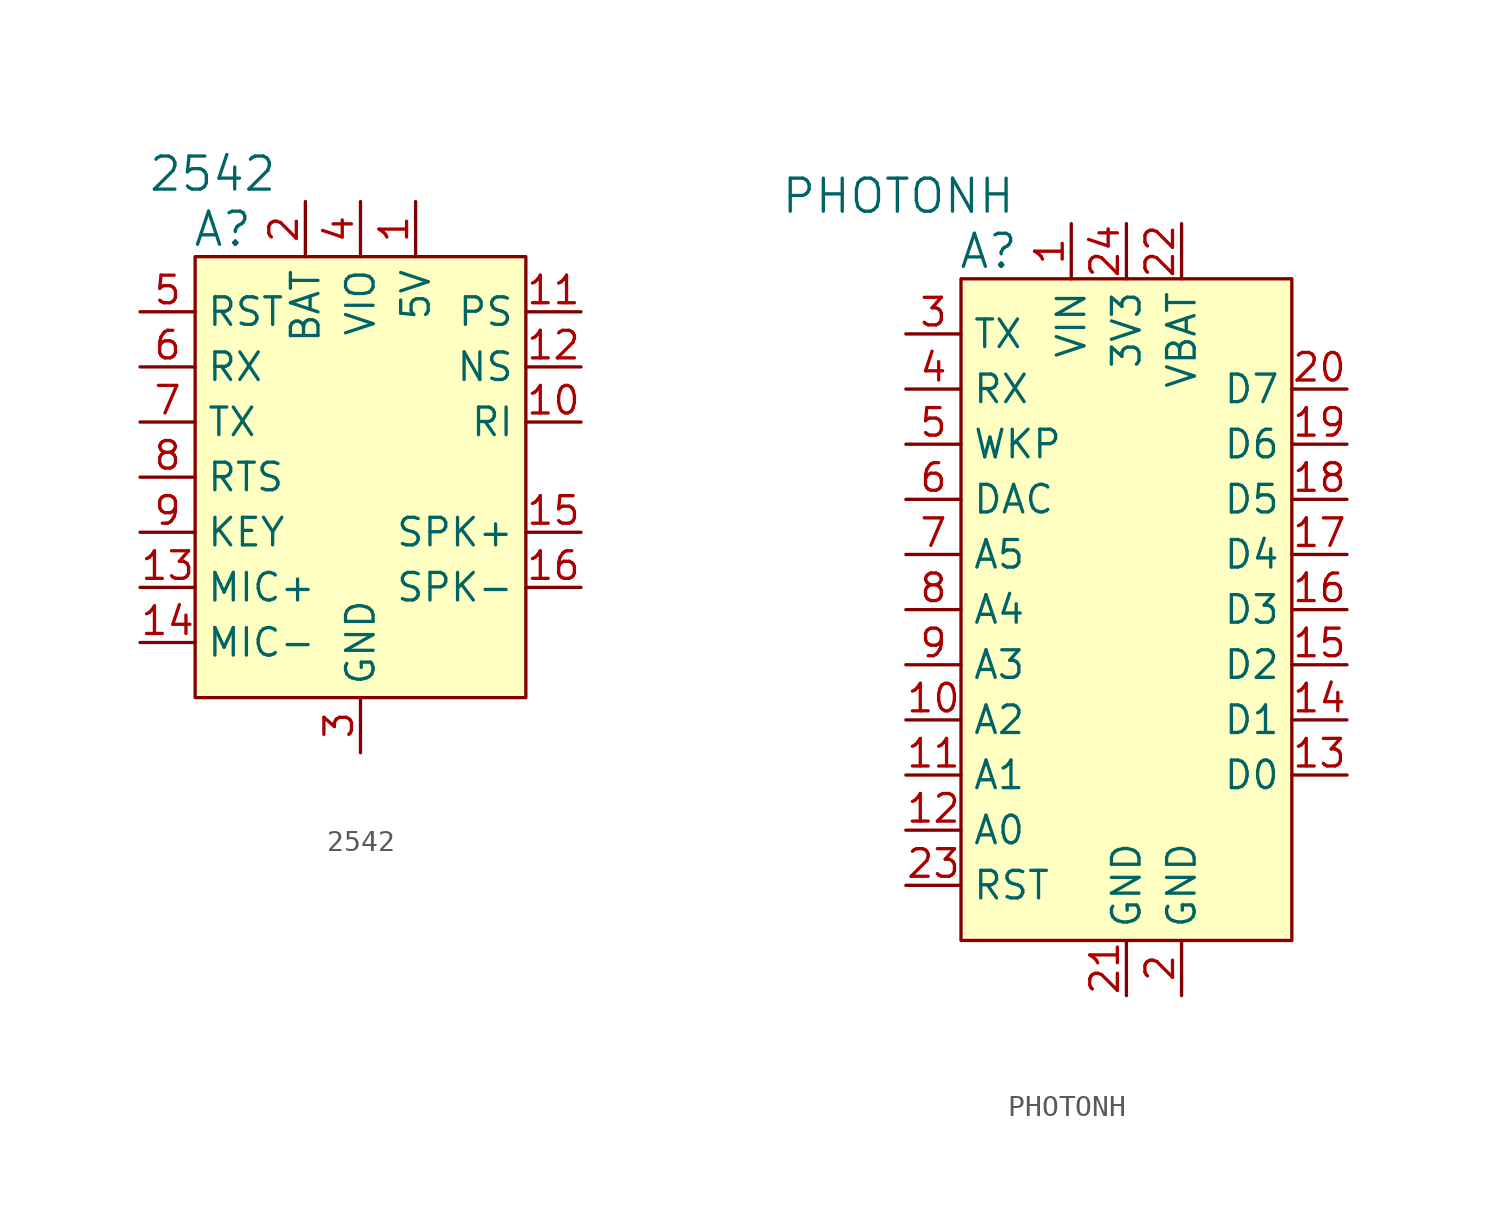
<source format=kicad_sym>
(kicad_symbol_lib
  (version 20201005)
  (generator kicad_symbol_editor)
  (symbol "2542"
    (property "Reference" "A"
      (at -6.35 11.43 0)
      (effects (font (size 1.524 1.524))))
    (property "Value" "2542"
      (at -3.81 13.97 0)
      (effects (font (size 1.524 1.524)) (justify right)))
    (symbol "2542_0_1"
      (rectangle (start -7.62 10.16) (end 7.62 -10.16) (stroke (width 0)) (fill (type background))))
    (symbol "2542_1_1"
      (pin power_in line (at 2.54 12.7 270) (length 2.54) (name "5V" (effects (font (size 1.27 1.27)))) (number "1" (effects (font (size 1.27 1.27)))))
      (pin passive line (at -2.54 12.7 270) (length 2.54) (name "BAT" (effects (font (size 1.27 1.27)))) (number "2" (effects (font (size 1.27 1.27)))))
      (pin power_in line (at 0 -12.7 90) (length 2.54) (name "GND" (effects (font (size 1.27 1.27)))) (number "3" (effects (font (size 1.27 1.27)))))
      (pin power_in line (at 0 12.7 270) (length 2.54) (name "VIO" (effects (font (size 1.27 1.27)))) (number "4" (effects (font (size 1.27 1.27)))))
      (pin input line (at -10.16 7.62 0) (length 2.54) (name "RST" (effects (font (size 1.27 1.27)))) (number "5" (effects (font (size 1.27 1.27)))))
      (pin input line (at -10.16 5.08 0) (length 2.54) (name "RX" (effects (font (size 1.27 1.27)))) (number "6" (effects (font (size 1.27 1.27)))))
      (pin output line (at -10.16 2.54 0) (length 2.54) (name "TX" (effects (font (size 1.27 1.27)))) (number "7" (effects (font (size 1.27 1.27)))))
      (pin input line (at -10.16 0 0) (length 2.54) (name "RTS" (effects (font (size 1.27 1.27)))) (number "8" (effects (font (size 1.27 1.27)))))
      (pin input line (at -10.16 -2.54 0) (length 2.54) (name "KEY" (effects (font (size 1.27 1.27)))) (number "9" (effects (font (size 1.27 1.27)))))
      (pin output line (at 10.16 2.54 180) (length 2.54) (name "RI" (effects (font (size 1.27 1.27)))) (number "10" (effects (font (size 1.27 1.27)))))
      (pin output line (at 10.16 7.62 180) (length 2.54) (name "PS" (effects (font (size 1.27 1.27)))) (number "11" (effects (font (size 1.27 1.27)))))
      (pin input line (at 10.16 5.08 180) (length 2.54) (name "NS" (effects (font (size 1.27 1.27)))) (number "12" (effects (font (size 1.27 1.27)))))
      (pin power_in line (at -10.16 -5.08 0) (length 2.54) (name "MIC+" (effects (font (size 1.27 1.27)))) (number "13" (effects (font (size 1.27 1.27)))))
      (pin power_in line (at -10.16 -7.62 0) (length 2.54) (name "MIC-" (effects (font (size 1.27 1.27)))) (number "14" (effects (font (size 1.27 1.27)))))
      (pin power_in line (at 10.16 -2.54 180) (length 2.54) (name "SPK+" (effects (font (size 1.27 1.27)))) (number "15" (effects (font (size 1.27 1.27)))))
      (pin power_in line (at 10.16 -5.08 180) (length 2.54) (name "SPK-" (effects (font (size 1.27 1.27)))) (number "16" (effects (font (size 1.27 1.27)))))))
  (symbol "PHOTONH"
    (property "Reference" "A"
      (at -6.35 13.97 0)
      (effects (font (size 1.524 1.524))))
    (property "Value" "PHOTONH"
      (at -5.08 16.51 0)
      (effects (font (size 1.524 1.524)) (justify right)))
    (symbol "PHOTONH_0_1"
      (rectangle (start -7.62 12.7) (end 7.62 -17.78) (stroke (width 0)) (fill (type background))))
    (symbol "PHOTONH_1_1"
      (pin power_in line (at -2.54 15.24 270) (length 2.54) (name "VIN" (effects (font (size 1.27 1.27)))) (number "1" (effects (font (size 1.27 1.27)))))
      (pin power_in line (at 2.54 -20.32 90) (length 2.54) (name "GND" (effects (font (size 1.27 1.27)))) (number "2" (effects (font (size 1.27 1.27)))))
      (pin bidirectional line (at -10.16 10.16 0) (length 2.54) (name "TX" (effects (font (size 1.27 1.27)))) (number "3" (effects (font (size 1.27 1.27)))))
      (pin bidirectional line (at -10.16 7.62 0) (length 2.54) (name "RX" (effects (font (size 1.27 1.27)))) (number "4" (effects (font (size 1.27 1.27)))))
      (pin bidirectional line (at -10.16 5.08 0) (length 2.54) (name "WKP" (effects (font (size 1.27 1.27)))) (number "5" (effects (font (size 1.27 1.27)))))
      (pin bidirectional line (at -10.16 2.54 0) (length 2.54) (name "DAC" (effects (font (size 1.27 1.27)))) (number "6" (effects (font (size 1.27 1.27)))))
      (pin bidirectional line (at -10.16 0 0) (length 2.54) (name "A5" (effects (font (size 1.27 1.27)))) (number "7" (effects (font (size 1.27 1.27)))))
      (pin bidirectional line (at -10.16 -2.54 0) (length 2.54) (name "A4" (effects (font (size 1.27 1.27)))) (number "8" (effects (font (size 1.27 1.27)))))
      (pin bidirectional line (at -10.16 -5.08 0) (length 2.54) (name "A3" (effects (font (size 1.27 1.27)))) (number "9" (effects (font (size 1.27 1.27)))))
      (pin bidirectional line (at -10.16 -7.62 0) (length 2.54) (name "A2" (effects (font (size 1.27 1.27)))) (number "10" (effects (font (size 1.27 1.27)))))
      (pin bidirectional line (at 10.16 7.62 180) (length 2.54) (name "D7" (effects (font (size 1.27 1.27)))) (number "20" (effects (font (size 1.27 1.27)))))
      (pin bidirectional line (at -10.16 -10.16 0) (length 2.54) (name "A1" (effects (font (size 1.27 1.27)))) (number "11" (effects (font (size 1.27 1.27)))))
      (pin power_in line (at 0 -20.32 90) (length 2.54) (name "GND" (effects (font (size 1.27 1.27)))) (number "21" (effects (font (size 1.27 1.27)))))
      (pin bidirectional line (at -10.16 -12.7 0) (length 2.54) (name "A0" (effects (font (size 1.27 1.27)))) (number "12" (effects (font (size 1.27 1.27)))))
      (pin power_in line (at 2.54 15.24 270) (length 2.54) (name "VBAT" (effects (font (size 1.27 1.27)))) (number "22" (effects (font (size 1.27 1.27)))))
      (pin bidirectional line (at 10.16 -10.16 180) (length 2.54) (name "D0" (effects (font (size 1.27 1.27)))) (number "13" (effects (font (size 1.27 1.27)))))
      (pin input line (at -10.16 -15.24 0) (length 2.54) (name "RST" (effects (font (size 1.27 1.27)))) (number "23" (effects (font (size 1.27 1.27)))))
      (pin bidirectional line (at 10.16 -7.62 180) (length 2.54) (name "D1" (effects (font (size 1.27 1.27)))) (number "14" (effects (font (size 1.27 1.27)))))
      (pin power_in line (at 0 15.24 270) (length 2.54) (name "3V3" (effects (font (size 1.27 1.27)))) (number "24" (effects (font (size 1.27 1.27)))))
      (pin bidirectional line (at 10.16 -5.08 180) (length 2.54) (name "D2" (effects (font (size 1.27 1.27)))) (number "15" (effects (font (size 1.27 1.27)))))
      (pin bidirectional line (at 10.16 -2.54 180) (length 2.54) (name "D3" (effects (font (size 1.27 1.27)))) (number "16" (effects (font (size 1.27 1.27)))))
      (pin bidirectional line (at 10.16 0 180) (length 2.54) (name "D4" (effects (font (size 1.27 1.27)))) (number "17" (effects (font (size 1.27 1.27)))))
      (pin bidirectional line (at 10.16 2.54 180) (length 2.54) (name "D5" (effects (font (size 1.27 1.27)))) (number "18" (effects (font (size 1.27 1.27)))))
      (pin bidirectional line (at 10.16 5.08 180) (length 2.54) (name "D6" (effects (font (size 1.27 1.27)))) (number "19" (effects (font (size 1.27 1.27))))))))
</source>
